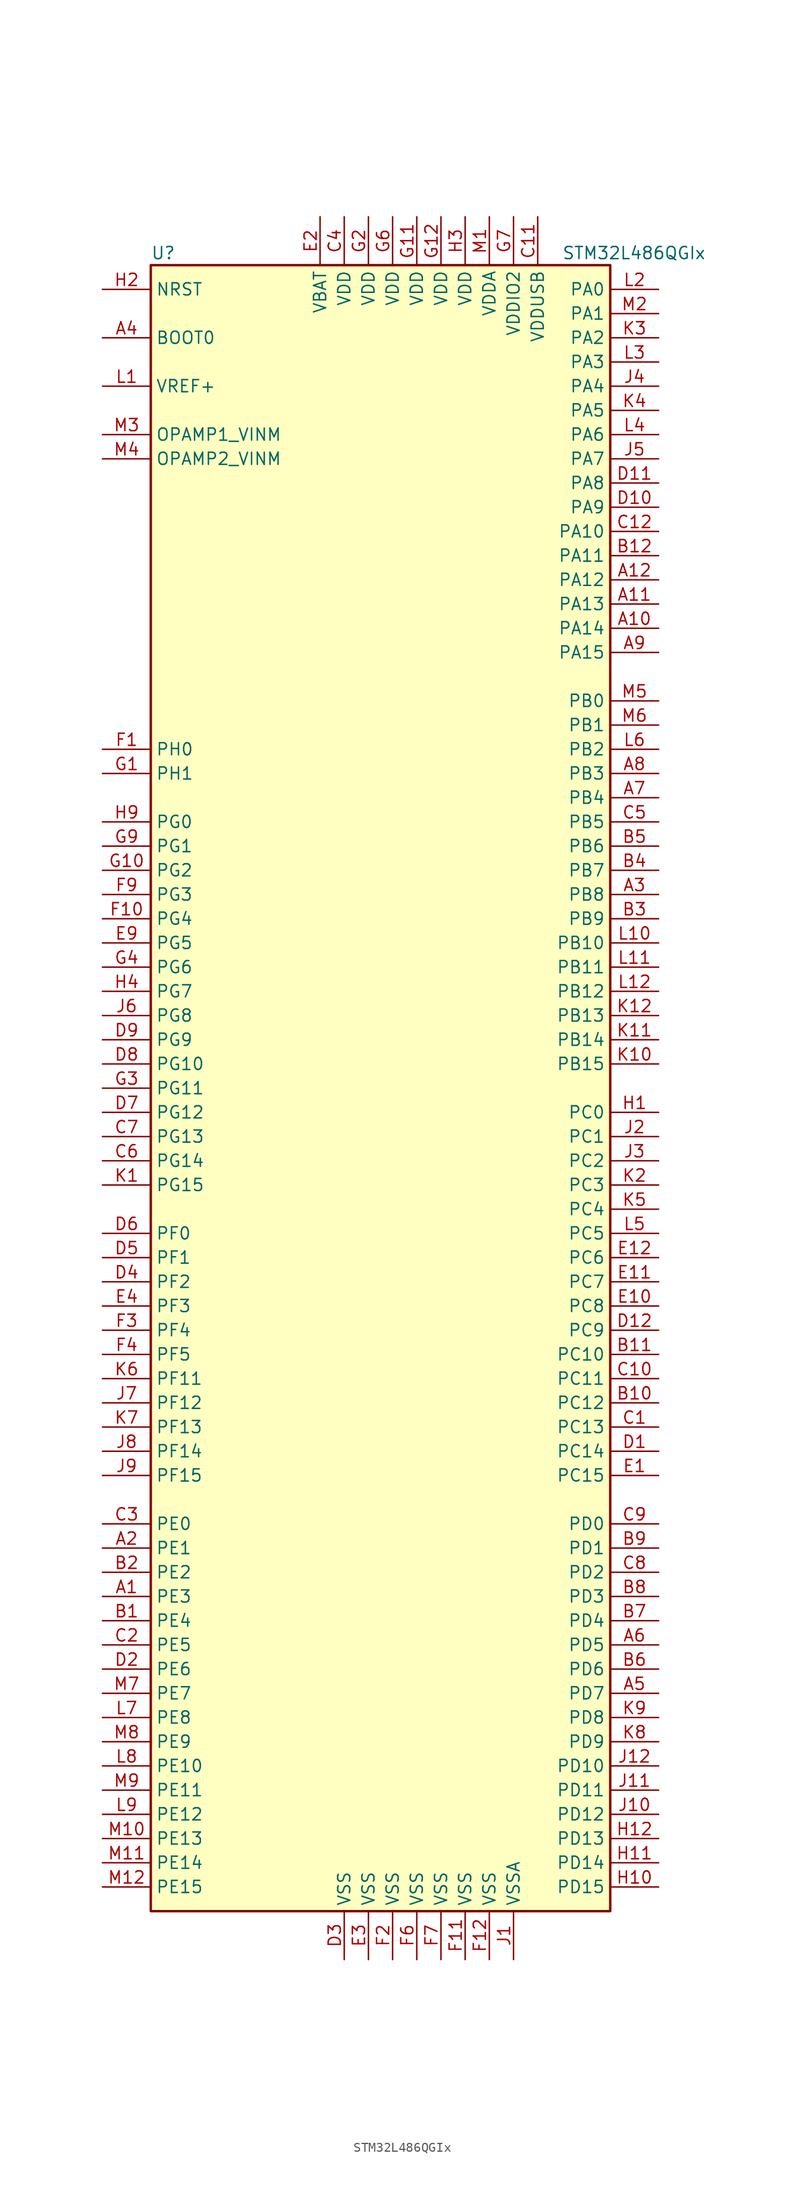
<source format=kicad_sym>
(kicad_symbol_lib
  (version 20201005)
  (generator kicad_symbol_editor)
  (symbol "STM32L486QGIx"
    (property "Reference" "U"
      (at -25.4 87.63 0)
      (effects (font (size 1.27 1.27)) (justify left)))
    (property "Value" "STM32L486QGIx"
      (at 17.78 87.63 0)
      (effects (font (size 1.27 1.27)) (justify left)))
    (symbol "STM32L486QGIx_0_1"
      (rectangle (start -25.4 -86.36) (end 22.86 86.36) (stroke (width 0.254)) (fill (type background))))
    (symbol "STM32L486QGIx_1_1"
      (pin input line (at -30.48 78.74 0) (length 5.08) (name "BOOT0" (effects (font (size 1.27 1.27)))) (number "A4" (effects (font (size 1.27 1.27)))))
      (pin input line (at -30.48 83.82 0) (length 5.08) (name "NRST" (effects (font (size 1.27 1.27)))) (number "H2" (effects (font (size 1.27 1.27)))))
      (pin bidirectional line (at -30.48 68.58 0) (length 5.08) (name "OPAMP1_VINM" (effects (font (size 1.27 1.27)))) (number "M3" (effects (font (size 1.27 1.27)))))
      (pin bidirectional line (at -30.48 66.04 0) (length 5.08) (name "OPAMP2_VINM" (effects (font (size 1.27 1.27)))) (number "M4" (effects (font (size 1.27 1.27)))))
      (pin bidirectional line (at 27.94 83.82 180) (length 5.08) (name "PA0" (effects (font (size 1.27 1.27)))) (number "L2" (effects (font (size 1.27 1.27)))))
      (pin bidirectional line (at 27.94 81.28 180) (length 5.08) (name "PA1" (effects (font (size 1.27 1.27)))) (number "M2" (effects (font (size 1.27 1.27)))))
      (pin bidirectional line (at 27.94 58.42 180) (length 5.08) (name "PA10" (effects (font (size 1.27 1.27)))) (number "C12" (effects (font (size 1.27 1.27)))))
      (pin bidirectional line (at 27.94 55.88 180) (length 5.08) (name "PA11" (effects (font (size 1.27 1.27)))) (number "B12" (effects (font (size 1.27 1.27)))))
      (pin bidirectional line (at 27.94 53.34 180) (length 5.08) (name "PA12" (effects (font (size 1.27 1.27)))) (number "A12" (effects (font (size 1.27 1.27)))))
      (pin bidirectional line (at 27.94 50.8 180) (length 5.08) (name "PA13" (effects (font (size 1.27 1.27)))) (number "A11" (effects (font (size 1.27 1.27)))))
      (pin bidirectional line (at 27.94 48.26 180) (length 5.08) (name "PA14" (effects (font (size 1.27 1.27)))) (number "A10" (effects (font (size 1.27 1.27)))))
      (pin bidirectional line (at 27.94 45.72 180) (length 5.08) (name "PA15" (effects (font (size 1.27 1.27)))) (number "A9" (effects (font (size 1.27 1.27)))))
      (pin bidirectional line (at 27.94 78.74 180) (length 5.08) (name "PA2" (effects (font (size 1.27 1.27)))) (number "K3" (effects (font (size 1.27 1.27)))))
      (pin bidirectional line (at 27.94 76.2 180) (length 5.08) (name "PA3" (effects (font (size 1.27 1.27)))) (number "L3" (effects (font (size 1.27 1.27)))))
      (pin bidirectional line (at 27.94 73.66 180) (length 5.08) (name "PA4" (effects (font (size 1.27 1.27)))) (number "J4" (effects (font (size 1.27 1.27)))))
      (pin bidirectional line (at 27.94 71.12 180) (length 5.08) (name "PA5" (effects (font (size 1.27 1.27)))) (number "K4" (effects (font (size 1.27 1.27)))))
      (pin bidirectional line (at 27.94 68.58 180) (length 5.08) (name "PA6" (effects (font (size 1.27 1.27)))) (number "L4" (effects (font (size 1.27 1.27)))))
      (pin bidirectional line (at 27.94 66.04 180) (length 5.08) (name "PA7" (effects (font (size 1.27 1.27)))) (number "J5" (effects (font (size 1.27 1.27)))))
      (pin bidirectional line (at 27.94 63.5 180) (length 5.08) (name "PA8" (effects (font (size 1.27 1.27)))) (number "D11" (effects (font (size 1.27 1.27)))))
      (pin bidirectional line (at 27.94 60.96 180) (length 5.08) (name "PA9" (effects (font (size 1.27 1.27)))) (number "D10" (effects (font (size 1.27 1.27)))))
      (pin bidirectional line (at 27.94 40.64 180) (length 5.08) (name "PB0" (effects (font (size 1.27 1.27)))) (number "M5" (effects (font (size 1.27 1.27)))))
      (pin bidirectional line (at 27.94 38.1 180) (length 5.08) (name "PB1" (effects (font (size 1.27 1.27)))) (number "M6" (effects (font (size 1.27 1.27)))))
      (pin bidirectional line (at 27.94 15.24 180) (length 5.08) (name "PB10" (effects (font (size 1.27 1.27)))) (number "L10" (effects (font (size 1.27 1.27)))))
      (pin bidirectional line (at 27.94 12.7 180) (length 5.08) (name "PB11" (effects (font (size 1.27 1.27)))) (number "L11" (effects (font (size 1.27 1.27)))))
      (pin bidirectional line (at 27.94 10.16 180) (length 5.08) (name "PB12" (effects (font (size 1.27 1.27)))) (number "L12" (effects (font (size 1.27 1.27)))))
      (pin bidirectional line (at 27.94 7.62 180) (length 5.08) (name "PB13" (effects (font (size 1.27 1.27)))) (number "K12" (effects (font (size 1.27 1.27)))))
      (pin bidirectional line (at 27.94 5.08 180) (length 5.08) (name "PB14" (effects (font (size 1.27 1.27)))) (number "K11" (effects (font (size 1.27 1.27)))))
      (pin bidirectional line (at 27.94 2.54 180) (length 5.08) (name "PB15" (effects (font (size 1.27 1.27)))) (number "K10" (effects (font (size 1.27 1.27)))))
      (pin bidirectional line (at 27.94 35.56 180) (length 5.08) (name "PB2" (effects (font (size 1.27 1.27)))) (number "L6" (effects (font (size 1.27 1.27)))))
      (pin bidirectional line (at 27.94 33.02 180) (length 5.08) (name "PB3" (effects (font (size 1.27 1.27)))) (number "A8" (effects (font (size 1.27 1.27)))))
      (pin bidirectional line (at 27.94 30.48 180) (length 5.08) (name "PB4" (effects (font (size 1.27 1.27)))) (number "A7" (effects (font (size 1.27 1.27)))))
      (pin bidirectional line (at 27.94 27.94 180) (length 5.08) (name "PB5" (effects (font (size 1.27 1.27)))) (number "C5" (effects (font (size 1.27 1.27)))))
      (pin bidirectional line (at 27.94 25.4 180) (length 5.08) (name "PB6" (effects (font (size 1.27 1.27)))) (number "B5" (effects (font (size 1.27 1.27)))))
      (pin bidirectional line (at 27.94 22.86 180) (length 5.08) (name "PB7" (effects (font (size 1.27 1.27)))) (number "B4" (effects (font (size 1.27 1.27)))))
      (pin bidirectional line (at 27.94 20.32 180) (length 5.08) (name "PB8" (effects (font (size 1.27 1.27)))) (number "A3" (effects (font (size 1.27 1.27)))))
      (pin bidirectional line (at 27.94 17.78 180) (length 5.08) (name "PB9" (effects (font (size 1.27 1.27)))) (number "B3" (effects (font (size 1.27 1.27)))))
      (pin bidirectional line (at 27.94 -2.54 180) (length 5.08) (name "PC0" (effects (font (size 1.27 1.27)))) (number "H1" (effects (font (size 1.27 1.27)))))
      (pin bidirectional line (at 27.94 -5.08 180) (length 5.08) (name "PC1" (effects (font (size 1.27 1.27)))) (number "J2" (effects (font (size 1.27 1.27)))))
      (pin bidirectional line (at 27.94 -27.94 180) (length 5.08) (name "PC10" (effects (font (size 1.27 1.27)))) (number "B11" (effects (font (size 1.27 1.27)))))
      (pin bidirectional line (at 27.94 -30.48 180) (length 5.08) (name "PC11" (effects (font (size 1.27 1.27)))) (number "C10" (effects (font (size 1.27 1.27)))))
      (pin bidirectional line (at 27.94 -33.02 180) (length 5.08) (name "PC12" (effects (font (size 1.27 1.27)))) (number "B10" (effects (font (size 1.27 1.27)))))
      (pin bidirectional line (at 27.94 -35.56 180) (length 5.08) (name "PC13" (effects (font (size 1.27 1.27)))) (number "C1" (effects (font (size 1.27 1.27)))))
      (pin bidirectional line (at 27.94 -38.1 180) (length 5.08) (name "PC14" (effects (font (size 1.27 1.27)))) (number "D1" (effects (font (size 1.27 1.27)))))
      (pin bidirectional line (at 27.94 -40.64 180) (length 5.08) (name "PC15" (effects (font (size 1.27 1.27)))) (number "E1" (effects (font (size 1.27 1.27)))))
      (pin bidirectional line (at 27.94 -7.62 180) (length 5.08) (name "PC2" (effects (font (size 1.27 1.27)))) (number "J3" (effects (font (size 1.27 1.27)))))
      (pin bidirectional line (at 27.94 -10.16 180) (length 5.08) (name "PC3" (effects (font (size 1.27 1.27)))) (number "K2" (effects (font (size 1.27 1.27)))))
      (pin bidirectional line (at 27.94 -12.7 180) (length 5.08) (name "PC4" (effects (font (size 1.27 1.27)))) (number "K5" (effects (font (size 1.27 1.27)))))
      (pin bidirectional line (at 27.94 -15.24 180) (length 5.08) (name "PC5" (effects (font (size 1.27 1.27)))) (number "L5" (effects (font (size 1.27 1.27)))))
      (pin bidirectional line (at 27.94 -17.78 180) (length 5.08) (name "PC6" (effects (font (size 1.27 1.27)))) (number "E12" (effects (font (size 1.27 1.27)))))
      (pin bidirectional line (at 27.94 -20.32 180) (length 5.08) (name "PC7" (effects (font (size 1.27 1.27)))) (number "E11" (effects (font (size 1.27 1.27)))))
      (pin bidirectional line (at 27.94 -22.86 180) (length 5.08) (name "PC8" (effects (font (size 1.27 1.27)))) (number "E10" (effects (font (size 1.27 1.27)))))
      (pin bidirectional line (at 27.94 -25.4 180) (length 5.08) (name "PC9" (effects (font (size 1.27 1.27)))) (number "D12" (effects (font (size 1.27 1.27)))))
      (pin bidirectional line (at 27.94 -45.72 180) (length 5.08) (name "PD0" (effects (font (size 1.27 1.27)))) (number "C9" (effects (font (size 1.27 1.27)))))
      (pin bidirectional line (at 27.94 -48.26 180) (length 5.08) (name "PD1" (effects (font (size 1.27 1.27)))) (number "B9" (effects (font (size 1.27 1.27)))))
      (pin bidirectional line (at 27.94 -71.12 180) (length 5.08) (name "PD10" (effects (font (size 1.27 1.27)))) (number "J12" (effects (font (size 1.27 1.27)))))
      (pin bidirectional line (at 27.94 -73.66 180) (length 5.08) (name "PD11" (effects (font (size 1.27 1.27)))) (number "J11" (effects (font (size 1.27 1.27)))))
      (pin bidirectional line (at 27.94 -76.2 180) (length 5.08) (name "PD12" (effects (font (size 1.27 1.27)))) (number "J10" (effects (font (size 1.27 1.27)))))
      (pin bidirectional line (at 27.94 -78.74 180) (length 5.08) (name "PD13" (effects (font (size 1.27 1.27)))) (number "H12" (effects (font (size 1.27 1.27)))))
      (pin bidirectional line (at 27.94 -81.28 180) (length 5.08) (name "PD14" (effects (font (size 1.27 1.27)))) (number "H11" (effects (font (size 1.27 1.27)))))
      (pin bidirectional line (at 27.94 -83.82 180) (length 5.08) (name "PD15" (effects (font (size 1.27 1.27)))) (number "H10" (effects (font (size 1.27 1.27)))))
      (pin bidirectional line (at 27.94 -50.8 180) (length 5.08) (name "PD2" (effects (font (size 1.27 1.27)))) (number "C8" (effects (font (size 1.27 1.27)))))
      (pin bidirectional line (at 27.94 -53.34 180) (length 5.08) (name "PD3" (effects (font (size 1.27 1.27)))) (number "B8" (effects (font (size 1.27 1.27)))))
      (pin bidirectional line (at 27.94 -55.88 180) (length 5.08) (name "PD4" (effects (font (size 1.27 1.27)))) (number "B7" (effects (font (size 1.27 1.27)))))
      (pin bidirectional line (at 27.94 -58.42 180) (length 5.08) (name "PD5" (effects (font (size 1.27 1.27)))) (number "A6" (effects (font (size 1.27 1.27)))))
      (pin bidirectional line (at 27.94 -60.96 180) (length 5.08) (name "PD6" (effects (font (size 1.27 1.27)))) (number "B6" (effects (font (size 1.27 1.27)))))
      (pin bidirectional line (at 27.94 -63.5 180) (length 5.08) (name "PD7" (effects (font (size 1.27 1.27)))) (number "A5" (effects (font (size 1.27 1.27)))))
      (pin bidirectional line (at 27.94 -66.04 180) (length 5.08) (name "PD8" (effects (font (size 1.27 1.27)))) (number "K9" (effects (font (size 1.27 1.27)))))
      (pin bidirectional line (at 27.94 -68.58 180) (length 5.08) (name "PD9" (effects (font (size 1.27 1.27)))) (number "K8" (effects (font (size 1.27 1.27)))))
      (pin bidirectional line (at -30.48 -45.72 0) (length 5.08) (name "PE0" (effects (font (size 1.27 1.27)))) (number "C3" (effects (font (size 1.27 1.27)))))
      (pin bidirectional line (at -30.48 -48.26 0) (length 5.08) (name "PE1" (effects (font (size 1.27 1.27)))) (number "A2" (effects (font (size 1.27 1.27)))))
      (pin bidirectional line (at -30.48 -71.12 0) (length 5.08) (name "PE10" (effects (font (size 1.27 1.27)))) (number "L8" (effects (font (size 1.27 1.27)))))
      (pin bidirectional line (at -30.48 -73.66 0) (length 5.08) (name "PE11" (effects (font (size 1.27 1.27)))) (number "M9" (effects (font (size 1.27 1.27)))))
      (pin bidirectional line (at -30.48 -76.2 0) (length 5.08) (name "PE12" (effects (font (size 1.27 1.27)))) (number "L9" (effects (font (size 1.27 1.27)))))
      (pin bidirectional line (at -30.48 -78.74 0) (length 5.08) (name "PE13" (effects (font (size 1.27 1.27)))) (number "M10" (effects (font (size 1.27 1.27)))))
      (pin bidirectional line (at -30.48 -81.28 0) (length 5.08) (name "PE14" (effects (font (size 1.27 1.27)))) (number "M11" (effects (font (size 1.27 1.27)))))
      (pin bidirectional line (at -30.48 -83.82 0) (length 5.08) (name "PE15" (effects (font (size 1.27 1.27)))) (number "M12" (effects (font (size 1.27 1.27)))))
      (pin bidirectional line (at -30.48 -50.8 0) (length 5.08) (name "PE2" (effects (font (size 1.27 1.27)))) (number "B2" (effects (font (size 1.27 1.27)))))
      (pin bidirectional line (at -30.48 -53.34 0) (length 5.08) (name "PE3" (effects (font (size 1.27 1.27)))) (number "A1" (effects (font (size 1.27 1.27)))))
      (pin bidirectional line (at -30.48 -55.88 0) (length 5.08) (name "PE4" (effects (font (size 1.27 1.27)))) (number "B1" (effects (font (size 1.27 1.27)))))
      (pin bidirectional line (at -30.48 -58.42 0) (length 5.08) (name "PE5" (effects (font (size 1.27 1.27)))) (number "C2" (effects (font (size 1.27 1.27)))))
      (pin bidirectional line (at -30.48 -60.96 0) (length 5.08) (name "PE6" (effects (font (size 1.27 1.27)))) (number "D2" (effects (font (size 1.27 1.27)))))
      (pin bidirectional line (at -30.48 -63.5 0) (length 5.08) (name "PE7" (effects (font (size 1.27 1.27)))) (number "M7" (effects (font (size 1.27 1.27)))))
      (pin bidirectional line (at -30.48 -66.04 0) (length 5.08) (name "PE8" (effects (font (size 1.27 1.27)))) (number "L7" (effects (font (size 1.27 1.27)))))
      (pin bidirectional line (at -30.48 -68.58 0) (length 5.08) (name "PE9" (effects (font (size 1.27 1.27)))) (number "M8" (effects (font (size 1.27 1.27)))))
      (pin bidirectional line (at -30.48 -15.24 0) (length 5.08) (name "PF0" (effects (font (size 1.27 1.27)))) (number "D6" (effects (font (size 1.27 1.27)))))
      (pin bidirectional line (at -30.48 -17.78 0) (length 5.08) (name "PF1" (effects (font (size 1.27 1.27)))) (number "D5" (effects (font (size 1.27 1.27)))))
      (pin bidirectional line (at -30.48 -30.48 0) (length 5.08) (name "PF11" (effects (font (size 1.27 1.27)))) (number "K6" (effects (font (size 1.27 1.27)))))
      (pin bidirectional line (at -30.48 -33.02 0) (length 5.08) (name "PF12" (effects (font (size 1.27 1.27)))) (number "J7" (effects (font (size 1.27 1.27)))))
      (pin bidirectional line (at -30.48 -35.56 0) (length 5.08) (name "PF13" (effects (font (size 1.27 1.27)))) (number "K7" (effects (font (size 1.27 1.27)))))
      (pin bidirectional line (at -30.48 -38.1 0) (length 5.08) (name "PF14" (effects (font (size 1.27 1.27)))) (number "J8" (effects (font (size 1.27 1.27)))))
      (pin bidirectional line (at -30.48 -40.64 0) (length 5.08) (name "PF15" (effects (font (size 1.27 1.27)))) (number "J9" (effects (font (size 1.27 1.27)))))
      (pin bidirectional line (at -30.48 -20.32 0) (length 5.08) (name "PF2" (effects (font (size 1.27 1.27)))) (number "D4" (effects (font (size 1.27 1.27)))))
      (pin bidirectional line (at -30.48 -22.86 0) (length 5.08) (name "PF3" (effects (font (size 1.27 1.27)))) (number "E4" (effects (font (size 1.27 1.27)))))
      (pin bidirectional line (at -30.48 -25.4 0) (length 5.08) (name "PF4" (effects (font (size 1.27 1.27)))) (number "F3" (effects (font (size 1.27 1.27)))))
      (pin bidirectional line (at -30.48 -27.94 0) (length 5.08) (name "PF5" (effects (font (size 1.27 1.27)))) (number "F4" (effects (font (size 1.27 1.27)))))
      (pin bidirectional line (at -30.48 27.94 0) (length 5.08) (name "PG0" (effects (font (size 1.27 1.27)))) (number "H9" (effects (font (size 1.27 1.27)))))
      (pin bidirectional line (at -30.48 25.4 0) (length 5.08) (name "PG1" (effects (font (size 1.27 1.27)))) (number "G9" (effects (font (size 1.27 1.27)))))
      (pin bidirectional line (at -30.48 2.54 0) (length 5.08) (name "PG10" (effects (font (size 1.27 1.27)))) (number "D8" (effects (font (size 1.27 1.27)))))
      (pin bidirectional line (at -30.48 0 0) (length 5.08) (name "PG11" (effects (font (size 1.27 1.27)))) (number "G3" (effects (font (size 1.27 1.27)))))
      (pin bidirectional line (at -30.48 -2.54 0) (length 5.08) (name "PG12" (effects (font (size 1.27 1.27)))) (number "D7" (effects (font (size 1.27 1.27)))))
      (pin bidirectional line (at -30.48 -5.08 0) (length 5.08) (name "PG13" (effects (font (size 1.27 1.27)))) (number "C7" (effects (font (size 1.27 1.27)))))
      (pin bidirectional line (at -30.48 -7.62 0) (length 5.08) (name "PG14" (effects (font (size 1.27 1.27)))) (number "C6" (effects (font (size 1.27 1.27)))))
      (pin bidirectional line (at -30.48 -10.16 0) (length 5.08) (name "PG15" (effects (font (size 1.27 1.27)))) (number "K1" (effects (font (size 1.27 1.27)))))
      (pin bidirectional line (at -30.48 22.86 0) (length 5.08) (name "PG2" (effects (font (size 1.27 1.27)))) (number "G10" (effects (font (size 1.27 1.27)))))
      (pin bidirectional line (at -30.48 20.32 0) (length 5.08) (name "PG3" (effects (font (size 1.27 1.27)))) (number "F9" (effects (font (size 1.27 1.27)))))
      (pin bidirectional line (at -30.48 17.78 0) (length 5.08) (name "PG4" (effects (font (size 1.27 1.27)))) (number "F10" (effects (font (size 1.27 1.27)))))
      (pin bidirectional line (at -30.48 15.24 0) (length 5.08) (name "PG5" (effects (font (size 1.27 1.27)))) (number "E9" (effects (font (size 1.27 1.27)))))
      (pin bidirectional line (at -30.48 12.7 0) (length 5.08) (name "PG6" (effects (font (size 1.27 1.27)))) (number "G4" (effects (font (size 1.27 1.27)))))
      (pin bidirectional line (at -30.48 10.16 0) (length 5.08) (name "PG7" (effects (font (size 1.27 1.27)))) (number "H4" (effects (font (size 1.27 1.27)))))
      (pin bidirectional line (at -30.48 7.62 0) (length 5.08) (name "PG8" (effects (font (size 1.27 1.27)))) (number "J6" (effects (font (size 1.27 1.27)))))
      (pin bidirectional line (at -30.48 5.08 0) (length 5.08) (name "PG9" (effects (font (size 1.27 1.27)))) (number "D9" (effects (font (size 1.27 1.27)))))
      (pin input line (at -30.48 35.56 0) (length 5.08) (name "PH0" (effects (font (size 1.27 1.27)))) (number "F1" (effects (font (size 1.27 1.27)))))
      (pin input line (at -30.48 33.02 0) (length 5.08) (name "PH1" (effects (font (size 1.27 1.27)))) (number "G1" (effects (font (size 1.27 1.27)))))
      (pin power_in line (at -7.62 91.44 270) (length 5.08) (name "VBAT" (effects (font (size 1.27 1.27)))) (number "E2" (effects (font (size 1.27 1.27)))))
      (pin power_in line (at -5.08 91.44 270) (length 5.08) (name "VDD" (effects (font (size 1.27 1.27)))) (number "C4" (effects (font (size 1.27 1.27)))))
      (pin power_in line (at 2.54 91.44 270) (length 5.08) (name "VDD" (effects (font (size 1.27 1.27)))) (number "G11" (effects (font (size 1.27 1.27)))))
      (pin power_in line (at 5.08 91.44 270) (length 5.08) (name "VDD" (effects (font (size 1.27 1.27)))) (number "G12" (effects (font (size 1.27 1.27)))))
      (pin power_in line (at -2.54 91.44 270) (length 5.08) (name "VDD" (effects (font (size 1.27 1.27)))) (number "G2" (effects (font (size 1.27 1.27)))))
      (pin power_in line (at 0 91.44 270) (length 5.08) (name "VDD" (effects (font (size 1.27 1.27)))) (number "G6" (effects (font (size 1.27 1.27)))))
      (pin power_in line (at 7.62 91.44 270) (length 5.08) (name "VDD" (effects (font (size 1.27 1.27)))) (number "H3" (effects (font (size 1.27 1.27)))))
      (pin power_in line (at 10.16 91.44 270) (length 5.08) (name "VDDA" (effects (font (size 1.27 1.27)))) (number "M1" (effects (font (size 1.27 1.27)))))
      (pin power_in line (at 12.7 91.44 270) (length 5.08) (name "VDDIO2" (effects (font (size 1.27 1.27)))) (number "G7" (effects (font (size 1.27 1.27)))))
      (pin power_in line (at 15.24 91.44 270) (length 5.08) (name "VDDUSB" (effects (font (size 1.27 1.27)))) (number "C11" (effects (font (size 1.27 1.27)))))
      (pin bidirectional line (at -30.48 73.66 0) (length 5.08) (name "VREF+" (effects (font (size 1.27 1.27)))) (number "L1" (effects (font (size 1.27 1.27)))))
      (pin power_in line (at -5.08 -91.44 90) (length 5.08) (name "VSS" (effects (font (size 1.27 1.27)))) (number "D3" (effects (font (size 1.27 1.27)))))
      (pin power_in line (at -2.54 -91.44 90) (length 5.08) (name "VSS" (effects (font (size 1.27 1.27)))) (number "E3" (effects (font (size 1.27 1.27)))))
      (pin power_in line (at 7.62 -91.44 90) (length 5.08) (name "VSS" (effects (font (size 1.27 1.27)))) (number "F11" (effects (font (size 1.27 1.27)))))
      (pin power_in line (at 10.16 -91.44 90) (length 5.08) (name "VSS" (effects (font (size 1.27 1.27)))) (number "F12" (effects (font (size 1.27 1.27)))))
      (pin power_in line (at 0 -91.44 90) (length 5.08) (name "VSS" (effects (font (size 1.27 1.27)))) (number "F2" (effects (font (size 1.27 1.27)))))
      (pin power_in line (at 2.54 -91.44 90) (length 5.08) (name "VSS" (effects (font (size 1.27 1.27)))) (number "F6" (effects (font (size 1.27 1.27)))))
      (pin power_in line (at 5.08 -91.44 90) (length 5.08) (name "VSS" (effects (font (size 1.27 1.27)))) (number "F7" (effects (font (size 1.27 1.27)))))
      (pin power_in line (at 12.7 -91.44 90) (length 5.08) (name "VSSA" (effects (font (size 1.27 1.27)))) (number "J1" (effects (font (size 1.27 1.27))))))))
</source>
